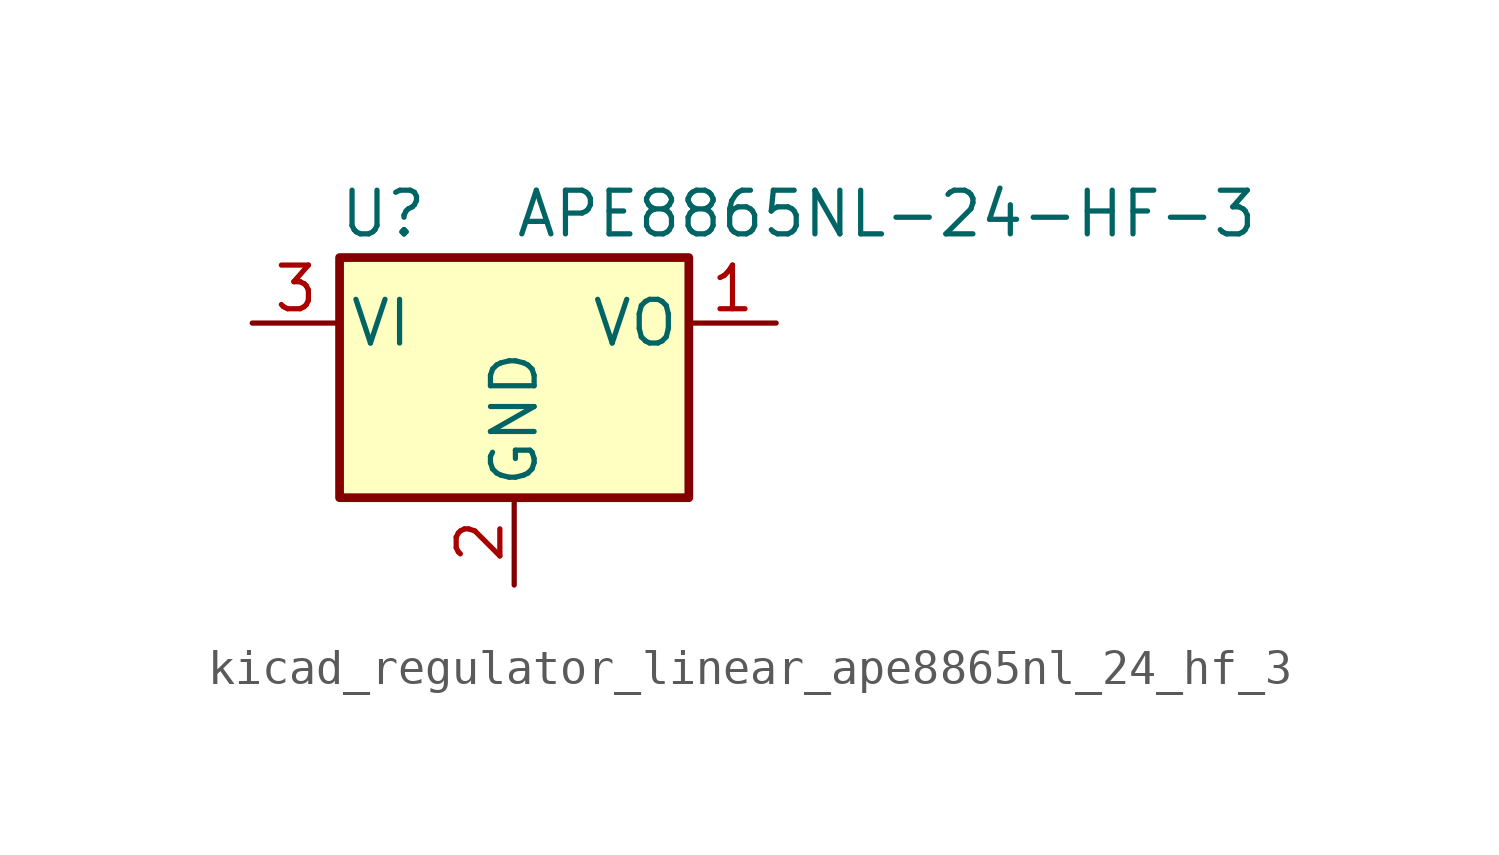
<source format=kicad_sym>
(kicad_symbol_lib
  (version 20220914)
  (generator kicad_symbol_editor)
  (symbol "kicad_regulator_linear_ape8865nl_24_hf_3"
    (pin_names
      (offset 0.254))
    (property "Reference" "U"
      (at -3.81 3.175 0)
      (effects (font (size 1.27 1.27))))
    (property "Value" "APE8865NL-24-HF-3"
      (at 0 3.175 0)
      (effects (font (size 1.27 1.27)) (justify left)))
    (symbol "kicad_regulator_linear_ape8865nl_24_hf_3_0_1"
      (rectangle (start -5.08 1.905) (end 5.08 -5.08) (stroke (width 0.254) (type default)) (fill (type background))))
    (symbol "kicad_regulator_linear_ape8865nl_24_hf_3_1_1"
      (pin power_out line (at 7.62 0 180) (length 2.54) (name "VO" (effects (font (size 1.27 1.27)))) (number "1" (effects (font (size 1.27 1.27)))))
      (pin power_in line (at 0 -7.62 90) (length 2.54) (name "GND" (effects (font (size 1.27 1.27)))) (number "2" (effects (font (size 1.27 1.27)))))
      (pin power_in line (at -7.62 0 0) (length 2.54) (name "VI" (effects (font (size 1.27 1.27)))) (number "3" (effects (font (size 1.27 1.27))))))))
</source>
